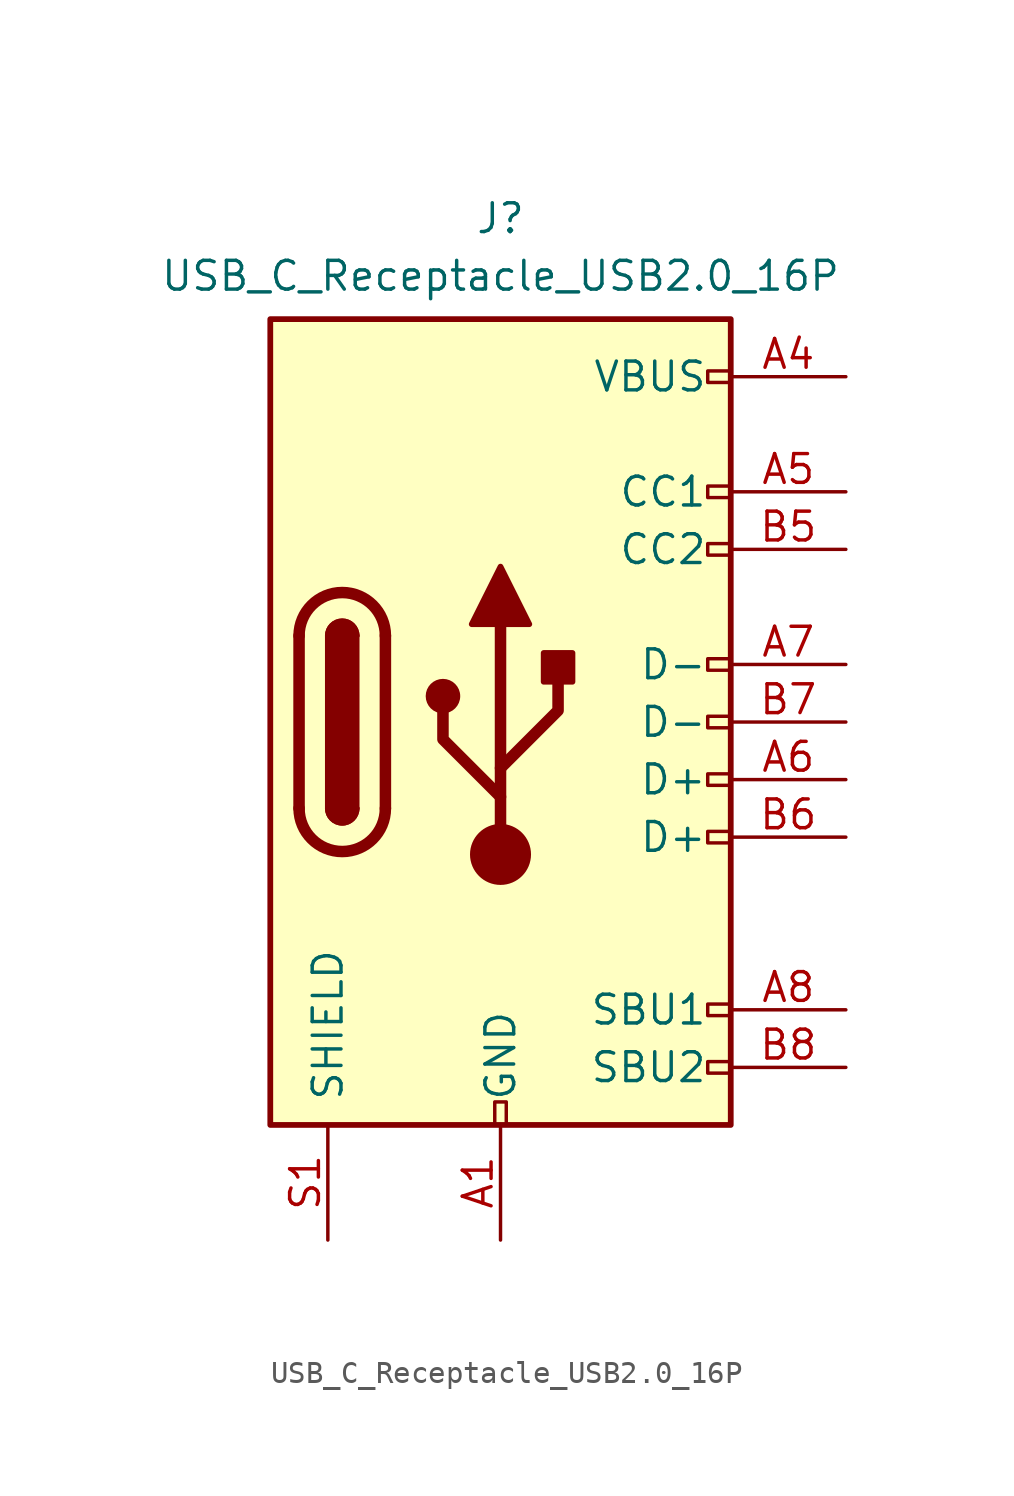
<source format=kicad_sym>
(kicad_symbol_lib
  (version 20241209)
  (generator "kicad_symbol_editor")
  (generator_version "9.0")
  (symbol "USB_C_Receptacle_USB2.0_16P"
    (pin_names
      (offset 1.016))
    (property "Reference" "J"
      (at 0 22.225 0)
      (effects (font (size 1.27 1.27))))
    (property "Value" "USB_C_Receptacle_USB2.0_16P"
      (at 0 19.685 0)
      (effects (font (size 1.27 1.27))))
    (symbol "USB_C_Receptacle_USB2.0_16P_0_0"
      (rectangle (start -0.254 -17.78) (end 0.254 -16.764) (stroke (width 0) (type default)) (fill (type none)))
      (rectangle (start 10.16 15.494) (end 9.144 14.986) (stroke (width 0) (type default)) (fill (type none)))
      (rectangle (start 10.16 10.414) (end 9.144 9.906) (stroke (width 0) (type default)) (fill (type none)))
      (rectangle (start 10.16 7.874) (end 9.144 7.366) (stroke (width 0) (type default)) (fill (type none)))
      (rectangle (start 10.16 2.794) (end 9.144 2.286) (stroke (width 0) (type default)) (fill (type none)))
      (rectangle (start 10.16 0.254) (end 9.144 -0.254) (stroke (width 0) (type default)) (fill (type none)))
      (rectangle (start 10.16 -2.286) (end 9.144 -2.794) (stroke (width 0) (type default)) (fill (type none)))
      (rectangle (start 10.16 -4.826) (end 9.144 -5.334) (stroke (width 0) (type default)) (fill (type none)))
      (rectangle (start 10.16 -12.446) (end 9.144 -12.954) (stroke (width 0) (type default)) (fill (type none)))
      (rectangle (start 10.16 -14.986) (end 9.144 -15.494) (stroke (width 0) (type default)) (fill (type none))))
    (symbol "USB_C_Receptacle_USB2.0_16P_0_1"
      (rectangle (start -10.16 17.78) (end 10.16 -17.78) (stroke (width 0.254) (type default)) (fill (type background)))
      (polyline (pts (xy -8.89 -3.81) (xy -8.89 3.81)) (stroke (width 0.508) (type default)) (fill (type none)))
      (rectangle (start -7.62 -3.81) (end -6.35 3.81) (stroke (width 0.254) (type default)) (fill (type outline)))
      (arc (start -7.62 3.81) (mid -6.985 4.4423) (end -6.35 3.81) (stroke (width 0.254) (type default)) (fill (type none)))
      (arc (start -7.62 3.81) (mid -6.985 4.4423) (end -6.35 3.81) (stroke (width 0.254) (type default)) (fill (type outline)))
      (arc (start -8.89 3.81) (mid -6.985 5.7067) (end -5.08 3.81) (stroke (width 0.508) (type default)) (fill (type none)))
      (arc (start -5.08 -3.81) (mid -6.985 -5.7067) (end -8.89 -3.81) (stroke (width 0.508) (type default)) (fill (type none)))
      (arc (start -6.35 -3.81) (mid -6.985 -4.4423) (end -7.62 -3.81) (stroke (width 0.254) (type default)) (fill (type none)))
      (arc (start -6.35 -3.81) (mid -6.985 -4.4423) (end -7.62 -3.81) (stroke (width 0.254) (type default)) (fill (type outline)))
      (polyline (pts (xy -5.08 3.81) (xy -5.08 -3.81)) (stroke (width 0.508) (type default)) (fill (type none)))
      (circle (center -2.54 1.143) (radius 0.635) (stroke (width 0.254) (type default)) (fill (type outline)))
      (polyline (pts (xy -1.27 4.318) (xy 0 6.858) (xy 1.27 4.318) (xy -1.27 4.318)) (stroke (width 0.254) (type default)) (fill (type outline)))
      (polyline (pts (xy 0 -2.032) (xy 2.54 0.508) (xy 2.54 1.778)) (stroke (width 0.508) (type default)) (fill (type none)))
      (polyline (pts (xy 0 -3.302) (xy -2.54 -0.762) (xy -2.54 0.508)) (stroke (width 0.508) (type default)) (fill (type none)))
      (polyline (pts (xy 0 -5.842) (xy 0 4.318)) (stroke (width 0.508) (type default)) (fill (type none)))
      (circle (center 0 -5.842) (radius 1.27) (stroke (width 0) (type default)) (fill (type outline)))
      (rectangle (start 1.905 1.778) (end 3.175 3.048) (stroke (width 0.254) (type default)) (fill (type outline))))
    (symbol "USB_C_Receptacle_USB2.0_16P_1_1"
      (pin passive line (at -7.62 -22.86 90) (length 5.08) (name "SHIELD" (effects (font (size 1.27 1.27)))) (number "S1" (effects (font (size 1.27 1.27)))))
      (pin passive line (at -7.62 -22.86 90) (length 5.08) (hide yes) (name "SHIELD" (effects (font (size 1.27 1.27)))) (number "S2" (effects (font (size 1.27 1.27)))))
      (pin passive line (at -7.62 -22.86 90) (length 5.08) (hide yes) (name "SHIELD" (effects (font (size 1.27 1.27)))) (number "S3" (effects (font (size 1.27 1.27)))))
      (pin passive line (at -7.62 -22.86 90) (length 5.08) (hide yes) (name "SHIELD" (effects (font (size 1.27 1.27)))) (number "S4" (effects (font (size 1.27 1.27)))))
      (pin passive line (at 0 -22.86 90) (length 5.08) (name "GND" (effects (font (size 1.27 1.27)))) (number "A1" (effects (font (size 1.27 1.27)))))
      (pin passive line (at 0 -22.86 90) (length 5.08) (hide yes) (name "GND" (effects (font (size 1.27 1.27)))) (number "A12" (effects (font (size 1.27 1.27)))))
      (pin passive line (at 0 -22.86 90) (length 5.08) (hide yes) (name "GND" (effects (font (size 1.27 1.27)))) (number "B1" (effects (font (size 1.27 1.27)))))
      (pin passive line (at 0 -22.86 90) (length 5.08) (hide yes) (name "GND" (effects (font (size 1.27 1.27)))) (number "B12" (effects (font (size 1.27 1.27)))))
      (pin passive line (at 15.24 15.24 180) (length 5.08) (name "VBUS" (effects (font (size 1.27 1.27)))) (number "A4" (effects (font (size 1.27 1.27)))))
      (pin passive line (at 15.24 15.24 180) (length 5.08) (hide yes) (name "VBUS" (effects (font (size 1.27 1.27)))) (number "A9" (effects (font (size 1.27 1.27)))))
      (pin passive line (at 15.24 15.24 180) (length 5.08) (hide yes) (name "VBUS" (effects (font (size 1.27 1.27)))) (number "B4" (effects (font (size 1.27 1.27)))))
      (pin passive line (at 15.24 15.24 180) (length 5.08) (hide yes) (name "VBUS" (effects (font (size 1.27 1.27)))) (number "B9" (effects (font (size 1.27 1.27)))))
      (pin bidirectional line (at 15.24 10.16 180) (length 5.08) (name "CC1" (effects (font (size 1.27 1.27)))) (number "A5" (effects (font (size 1.27 1.27)))))
      (pin bidirectional line (at 15.24 7.62 180) (length 5.08) (name "CC2" (effects (font (size 1.27 1.27)))) (number "B5" (effects (font (size 1.27 1.27)))))
      (pin bidirectional line (at 15.24 2.54 180) (length 5.08) (name "D-" (effects (font (size 1.27 1.27)))) (number "A7" (effects (font (size 1.27 1.27)))))
      (pin bidirectional line (at 15.24 0 180) (length 5.08) (name "D-" (effects (font (size 1.27 1.27)))) (number "B7" (effects (font (size 1.27 1.27)))))
      (pin bidirectional line (at 15.24 -2.54 180) (length 5.08) (name "D+" (effects (font (size 1.27 1.27)))) (number "A6" (effects (font (size 1.27 1.27)))))
      (pin bidirectional line (at 15.24 -5.08 180) (length 5.08) (name "D+" (effects (font (size 1.27 1.27)))) (number "B6" (effects (font (size 1.27 1.27)))))
      (pin bidirectional line (at 15.24 -12.7 180) (length 5.08) (name "SBU1" (effects (font (size 1.27 1.27)))) (number "A8" (effects (font (size 1.27 1.27)))))
      (pin bidirectional line (at 15.24 -15.24 180) (length 5.08) (name "SBU2" (effects (font (size 1.27 1.27)))) (number "B8" (effects (font (size 1.27 1.27))))))))
</source>
